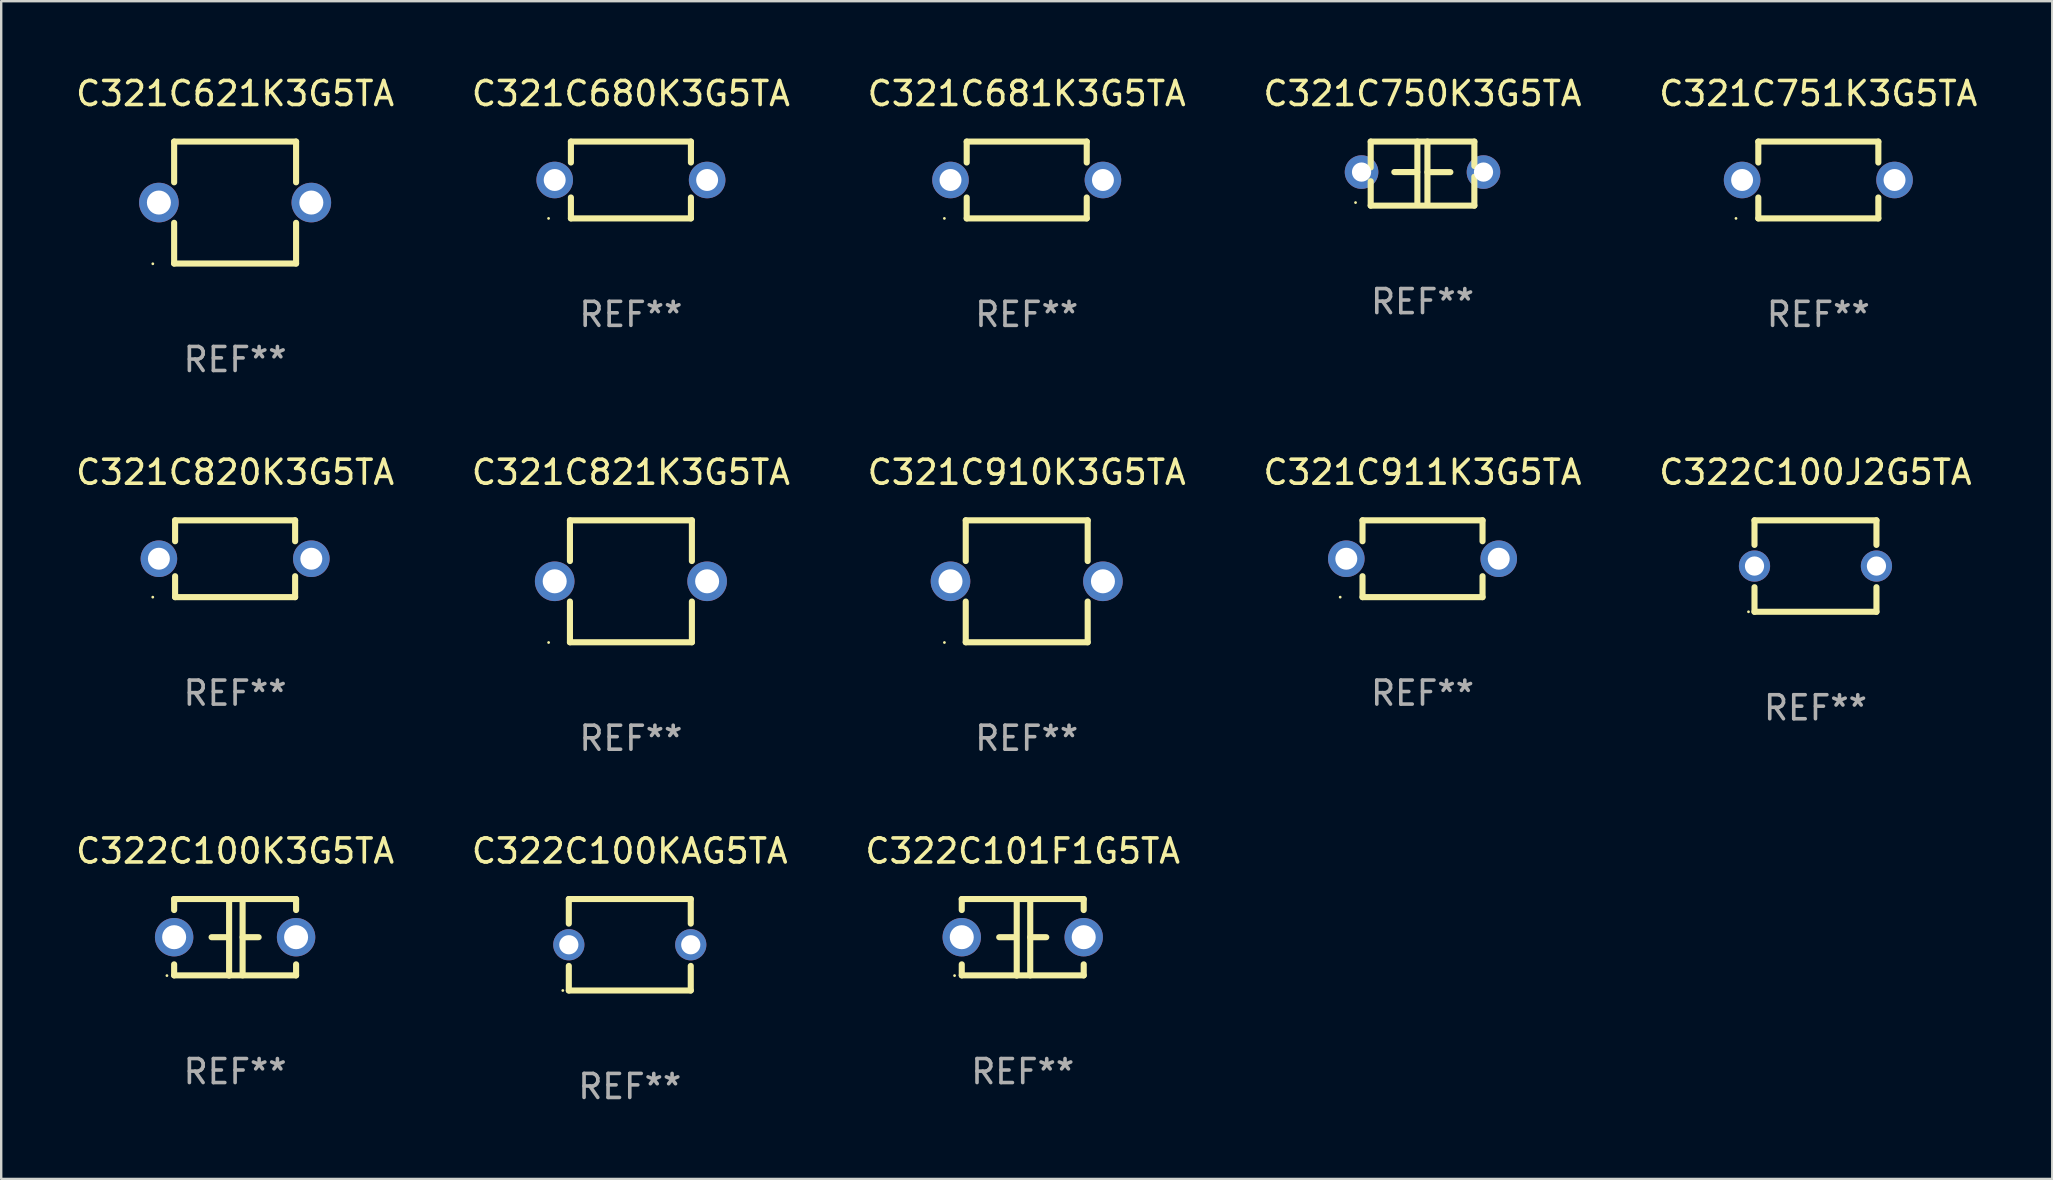
<source format=kicad_pcb>
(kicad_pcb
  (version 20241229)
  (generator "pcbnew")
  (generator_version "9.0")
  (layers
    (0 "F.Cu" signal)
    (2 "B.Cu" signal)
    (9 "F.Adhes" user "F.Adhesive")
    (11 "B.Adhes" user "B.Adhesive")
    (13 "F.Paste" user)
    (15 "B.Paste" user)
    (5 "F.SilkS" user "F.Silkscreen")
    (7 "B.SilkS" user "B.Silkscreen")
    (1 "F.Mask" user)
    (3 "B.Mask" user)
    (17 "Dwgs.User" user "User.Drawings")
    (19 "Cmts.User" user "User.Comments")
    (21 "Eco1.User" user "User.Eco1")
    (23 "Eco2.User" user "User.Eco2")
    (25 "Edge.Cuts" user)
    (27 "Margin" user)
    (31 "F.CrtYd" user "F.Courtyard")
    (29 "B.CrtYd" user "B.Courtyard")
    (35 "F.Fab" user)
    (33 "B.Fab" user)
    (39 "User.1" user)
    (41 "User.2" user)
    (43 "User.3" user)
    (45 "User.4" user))
  (footprint "C322C101F1G5TA"
    (layer "F.Cu")
    (at 39.554 35.996)
    (property "Reference" "C322C101F1G5TA" (at 0 -3.595 0) (layer "F.SilkS") (effects (font (size 1 1) (thickness 0.15))))
    (attr through_hole)
    (fp_line (start -2.54 -1.595) (end -2.54 -1.136) (stroke (width 0.254) (type solid)) (layer "F.SilkS"))
    (fp_line (start -2.54 -1.595) (end 2.54 -1.595) (stroke (width 0.254) (type solid)) (layer "F.SilkS"))
    (fp_line (start -2.54 1.126) (end -2.54 1.585) (stroke (width 0.254) (type solid)) (layer "F.SilkS"))
    (fp_line (start -0.312 -0.005) (end -0.98 -0.005) (stroke (width 0.254) (type solid)) (layer "F.SilkS"))
    (fp_line (start -0.25 -1.585) (end -0.25 1.595) (stroke (width 0.254) (type solid)) (layer "F.SilkS"))
    (fp_line (start 0.312 -1.595) (end 0.312 1.585) (stroke (width 0.254) (type solid)) (layer "F.SilkS"))
    (fp_line (start 0.312 -0.005) (end 0.98 -0.005) (stroke (width 0.254) (type solid)) (layer "F.SilkS"))
    (fp_line (start 2.54 -1.595) (end 2.54 -1.136) (stroke (width 0.254) (type solid)) (layer "F.SilkS"))
    (fp_line (start 2.54 1.126) (end 2.54 1.585) (stroke (width 0.254) (type solid)) (layer "F.SilkS"))
    (fp_line (start 2.54 1.585) (end -2.54 1.585) (stroke (width 0.254) (type solid)) (layer "F.SilkS"))
    (fp_circle (center -2.84 1.595) (end -2.81 1.595) (stroke (width 0.06) (type solid)) (fill no) (layer "F.SilkS"))
    (fp_text user "REF**" (at 0 5.595 0) (layer "F.Fab") (effects (font (size 1 1) (thickness 0.15))))
    (pad "1" thru_hole circle (at -2.54 -0.005) (size 1.6 1.6) (drill 1) (layers "*.Cu" "*.Mask"))
    (pad "2" thru_hole circle (at 2.54 -0.005) (size 1.6 1.6) (drill 1) (layers "*.Cu" "*.Mask")))
  (footprint "C322C100K3G5TA"
    (layer "F.Cu")
    (at 6.744 35.996)
    (property "Reference" "C322C100K3G5TA" (at 0 -3.595 0) (layer "F.SilkS") (effects (font (size 1 1) (thickness 0.15))))
    (attr through_hole)
    (fp_line (start -2.54 -1.595) (end -2.54 -1.136) (stroke (width 0.254) (type solid)) (layer "F.SilkS"))
    (fp_line (start -2.54 -1.595) (end 2.54 -1.595) (stroke (width 0.254) (type solid)) (layer "F.SilkS"))
    (fp_line (start -2.54 1.126) (end -2.54 1.585) (stroke (width 0.254) (type solid)) (layer "F.SilkS"))
    (fp_line (start -0.312 -0.005) (end -0.98 -0.005) (stroke (width 0.254) (type solid)) (layer "F.SilkS"))
    (fp_line (start -0.25 -1.585) (end -0.25 1.595) (stroke (width 0.254) (type solid)) (layer "F.SilkS"))
    (fp_line (start 0.312 -1.595) (end 0.312 1.585) (stroke (width 0.254) (type solid)) (layer "F.SilkS"))
    (fp_line (start 0.312 -0.005) (end 0.98 -0.005) (stroke (width 0.254) (type solid)) (layer "F.SilkS"))
    (fp_line (start 2.54 -1.595) (end 2.54 -1.136) (stroke (width 0.254) (type solid)) (layer "F.SilkS"))
    (fp_line (start 2.54 1.126) (end 2.54 1.585) (stroke (width 0.254) (type solid)) (layer "F.SilkS"))
    (fp_line (start 2.54 1.585) (end -2.54 1.585) (stroke (width 0.254) (type solid)) (layer "F.SilkS"))
    (fp_circle (center -2.84 1.595) (end -2.81 1.595) (stroke (width 0.06) (type solid)) (fill no) (layer "F.SilkS"))
    (fp_text user "REF**" (at 0 5.595 0) (layer "F.Fab") (effects (font (size 1 1) (thickness 0.15))))
    (pad "1" thru_hole circle (at -2.54 -0.005) (size 1.6 1.6) (drill 1) (layers "*.Cu" "*.Mask"))
    (pad "2" thru_hole circle (at 2.54 -0.005) (size 1.6 1.6) (drill 1) (layers "*.Cu" "*.Mask")))
  (footprint "C321C821K3G5TA"
    (layer "F.Cu")
    (at 23.232 21.165)
    (property "Reference" "C321C821K3G5TA" (at 0 -4.54 0) (layer "F.SilkS") (effects (font (size 1 1) (thickness 0.15))))
    (attr through_hole)
    (fp_line (start -2.54 -2.54) (end -2.54 -0.843) (stroke (width 0.254) (type solid)) (layer "F.SilkS"))
    (fp_line (start -2.54 0.843) (end -2.54 2.54) (stroke (width 0.254) (type solid)) (layer "F.SilkS"))
    (fp_line (start -2.54 2.54) (end 2.54 2.54) (stroke (width 0.254) (type solid)) (layer "F.SilkS"))
    (fp_line (start 2.54 -2.54) (end -2.54 -2.54) (stroke (width 0.254) (type solid)) (layer "F.SilkS"))
    (fp_line (start 2.54 -0.843) (end 2.54 -2.54) (stroke (width 0.254) (type solid)) (layer "F.SilkS"))
    (fp_line (start 2.54 2.54) (end 2.54 0.843) (stroke (width 0.254) (type solid)) (layer "F.SilkS"))
    (fp_circle (center -3.428 2.55) (end -3.398 2.55) (stroke (width 0.06) (type solid)) (fill no) (layer "F.SilkS"))
    (fp_text user "REF**" (at 0 6.54 0) (layer "F.Fab") (effects (font (size 1 1) (thickness 0.15))))
    (pad "1" thru_hole circle (at -3.175 0) (size 1.65 1.65) (drill 1) (layers "*.Cu" "*.Mask"))
    (pad "2" thru_hole circle (at 3.175 0) (size 1.65 1.65) (drill 1) (layers "*.Cu" "*.Mask")))
  (footprint "C321C751K3G5TA"
    (layer "F.Cu")
    (at 72.696 4.448)
    (property "Reference" "C321C751K3G5TA" (at 0 -3.6 0) (layer "F.SilkS") (effects (font (size 1 1) (thickness 0.15))))
    (attr through_hole)
    (fp_line (start -2.5 -1.6) (end 2.5 -1.6) (stroke (width 0.254) (type solid)) (layer "F.SilkS"))
    (fp_line (start -2.5 -0.728) (end -2.5 -1.6) (stroke (width 0.254) (type solid)) (layer "F.SilkS"))
    (fp_line (start -2.5 1.6) (end -2.5 0.728) (stroke (width 0.254) (type solid)) (layer "F.SilkS"))
    (fp_line (start 2.5 -1.6) (end 2.5 -0.728) (stroke (width 0.254) (type solid)) (layer "F.SilkS"))
    (fp_line (start 2.5 0.728) (end 2.5 1.6) (stroke (width 0.254) (type solid)) (layer "F.SilkS"))
    (fp_line (start 2.5 1.6) (end -2.5 1.6) (stroke (width 0.254) (type solid)) (layer "F.SilkS"))
    (fp_circle (center -3.43 1.6) (end -3.4 1.6) (stroke (width 0.06) (type solid)) (fill no) (layer "F.SilkS"))
    (fp_text user "REF**" (at 0 5.6 0) (layer "F.Fab") (effects (font (size 1 1) (thickness 0.15))))
    (pad "1" thru_hole circle (at -3.175 0) (size 1.524 1.524) (drill 0.914) (layers "*.Cu" "*.Mask"))
    (pad "2" thru_hole circle (at 3.175 0) (size 1.524 1.524) (drill 0.914) (layers "*.Cu" "*.Mask")))
  (footprint "C321C820K3G5TA"
    (layer "F.Cu")
    (at 6.744 20.225)
    (property "Reference" "C321C820K3G5TA" (at 0 -3.6 0) (layer "F.SilkS") (effects (font (size 1 1) (thickness 0.15))))
    (attr through_hole)
    (fp_line (start -2.5 -1.6) (end 2.5 -1.6) (stroke (width 0.254) (type solid)) (layer "F.SilkS"))
    (fp_line (start -2.5 -0.728) (end -2.5 -1.6) (stroke (width 0.254) (type solid)) (layer "F.SilkS"))
    (fp_line (start -2.5 1.6) (end -2.5 0.728) (stroke (width 0.254) (type solid)) (layer "F.SilkS"))
    (fp_line (start 2.5 -1.6) (end 2.5 -0.728) (stroke (width 0.254) (type solid)) (layer "F.SilkS"))
    (fp_line (start 2.5 0.728) (end 2.5 1.6) (stroke (width 0.254) (type solid)) (layer "F.SilkS"))
    (fp_line (start 2.5 1.6) (end -2.5 1.6) (stroke (width 0.254) (type solid)) (layer "F.SilkS"))
    (fp_circle (center -3.43 1.6) (end -3.4 1.6) (stroke (width 0.06) (type solid)) (fill no) (layer "F.SilkS"))
    (fp_text user "REF**" (at 0 5.6 0) (layer "F.Fab") (effects (font (size 1 1) (thickness 0.15))))
    (pad "1" thru_hole circle (at -3.175 0) (size 1.524 1.524) (drill 0.914) (layers "*.Cu" "*.Mask"))
    (pad "2" thru_hole circle (at 3.175 0) (size 1.524 1.524) (drill 0.914) (layers "*.Cu" "*.Mask")))
  (footprint "C321C910K3G5TA"
    (layer "F.Cu")
    (at 39.72 21.165)
    (property "Reference" "C321C910K3G5TA" (at 0 -4.54 0) (layer "F.SilkS") (effects (font (size 1 1) (thickness 0.15))))
    (attr through_hole)
    (fp_line (start -2.54 -2.54) (end -2.54 -0.843) (stroke (width 0.254) (type solid)) (layer "F.SilkS"))
    (fp_line (start -2.54 0.843) (end -2.54 2.54) (stroke (width 0.254) (type solid)) (layer "F.SilkS"))
    (fp_line (start -2.54 2.54) (end 2.54 2.54) (stroke (width 0.254) (type solid)) (layer "F.SilkS"))
    (fp_line (start 2.54 -2.54) (end -2.54 -2.54) (stroke (width 0.254) (type solid)) (layer "F.SilkS"))
    (fp_line (start 2.54 -0.843) (end 2.54 -2.54) (stroke (width 0.254) (type solid)) (layer "F.SilkS"))
    (fp_line (start 2.54 2.54) (end 2.54 0.843) (stroke (width 0.254) (type solid)) (layer "F.SilkS"))
    (fp_circle (center -3.428 2.55) (end -3.398 2.55) (stroke (width 0.06) (type solid)) (fill no) (layer "F.SilkS"))
    (fp_text user "REF**" (at 0 6.54 0) (layer "F.Fab") (effects (font (size 1 1) (thickness 0.15))))
    (pad "1" thru_hole circle (at -3.175 0) (size 1.65 1.65) (drill 1) (layers "*.Cu" "*.Mask"))
    (pad "2" thru_hole circle (at 3.175 0) (size 1.65 1.65) (drill 1) (layers "*.Cu" "*.Mask")))
  (footprint "C322C100J2G5TA"
    (layer "F.Cu")
    (at 72.577 20.53)
    (property "Reference" "C322C100J2G5TA" (at 0 -3.905 0) (layer "F.SilkS") (effects (font (size 1 1) (thickness 0.15))))
    (attr through_hole)
    (fp_line (start -2.54 -1.905) (end -2.54 -0.881) (stroke (width 0.254) (type solid)) (layer "F.SilkS"))
    (fp_line (start -2.54 0.881) (end -2.54 1.905) (stroke (width 0.254) (type solid)) (layer "F.SilkS"))
    (fp_line (start -2.54 1.905) (end 2.54 1.905) (stroke (width 0.254) (type solid)) (layer "F.SilkS"))
    (fp_line (start 2.54 -1.905) (end -2.54 -1.905) (stroke (width 0.254) (type solid)) (layer "F.SilkS"))
    (fp_line (start 2.54 -0.881) (end 2.54 -1.905) (stroke (width 0.254) (type solid)) (layer "F.SilkS"))
    (fp_line (start 2.54 1.905) (end 2.54 0.881) (stroke (width 0.254) (type solid)) (layer "F.SilkS"))
    (fp_circle (center -2.79 1.905) (end -2.76 1.905) (stroke (width 0.06) (type solid)) (fill no) (layer "F.SilkS"))
    (fp_text user "REF**" (at 0 5.905 0) (layer "F.Fab") (effects (font (size 1 1) (thickness 0.15))))
    (pad "1" thru_hole circle (at -2.54 0) (size 1.3 1.3) (drill 0.8) (layers "*.Cu" "*.Mask"))
    (pad "2" thru_hole circle (at 2.54 0) (size 1.3 1.3) (drill 0.8) (layers "*.Cu" "*.Mask")))
  (footprint "C322C100KAG5TA"
    (layer "F.Cu")
    (at 23.185 36.306)
    (property "Reference" "C322C100KAG5TA" (at 0 -3.905 0) (layer "F.SilkS") (effects (font (size 1 1) (thickness 0.15))))
    (attr through_hole)
    (fp_line (start -2.54 -1.905) (end -2.54 -0.881) (stroke (width 0.254) (type solid)) (layer "F.SilkS"))
    (fp_line (start -2.54 0.881) (end -2.54 1.905) (stroke (width 0.254) (type solid)) (layer "F.SilkS"))
    (fp_line (start -2.54 1.905) (end 2.54 1.905) (stroke (width 0.254) (type solid)) (layer "F.SilkS"))
    (fp_line (start 2.54 -1.905) (end -2.54 -1.905) (stroke (width 0.254) (type solid)) (layer "F.SilkS"))
    (fp_line (start 2.54 -0.881) (end 2.54 -1.905) (stroke (width 0.254) (type solid)) (layer "F.SilkS"))
    (fp_line (start 2.54 1.905) (end 2.54 0.881) (stroke (width 0.254) (type solid)) (layer "F.SilkS"))
    (fp_circle (center -2.79 1.905) (end -2.76 1.905) (stroke (width 0.06) (type solid)) (fill no) (layer "F.SilkS"))
    (fp_text user "REF**" (at 0 5.905 0) (layer "F.Fab") (effects (font (size 1 1) (thickness 0.15))))
    (pad "1" thru_hole circle (at -2.54 0) (size 1.3 1.3) (drill 0.8) (layers "*.Cu" "*.Mask"))
    (pad "2" thru_hole circle (at 2.54 0) (size 1.3 1.3) (drill 0.8) (layers "*.Cu" "*.Mask")))
  (footprint "C321C681K3G5TA"
    (layer "F.Cu")
    (at 39.72 4.448)
    (property "Reference" "C321C681K3G5TA" (at 0 -3.6 0) (layer "F.SilkS") (effects (font (size 1 1) (thickness 0.15))))
    (attr through_hole)
    (fp_line (start -2.5 -1.6) (end 2.5 -1.6) (stroke (width 0.254) (type solid)) (layer "F.SilkS"))
    (fp_line (start -2.5 -0.728) (end -2.5 -1.6) (stroke (width 0.254) (type solid)) (layer "F.SilkS"))
    (fp_line (start -2.5 1.6) (end -2.5 0.728) (stroke (width 0.254) (type solid)) (layer "F.SilkS"))
    (fp_line (start 2.5 -1.6) (end 2.5 -0.728) (stroke (width 0.254) (type solid)) (layer "F.SilkS"))
    (fp_line (start 2.5 0.728) (end 2.5 1.6) (stroke (width 0.254) (type solid)) (layer "F.SilkS"))
    (fp_line (start 2.5 1.6) (end -2.5 1.6) (stroke (width 0.254) (type solid)) (layer "F.SilkS"))
    (fp_circle (center -3.43 1.6) (end -3.4 1.6) (stroke (width 0.06) (type solid)) (fill no) (layer "F.SilkS"))
    (fp_text user "REF**" (at 0 5.6 0) (layer "F.Fab") (effects (font (size 1 1) (thickness 0.15))))
    (pad "1" thru_hole circle (at -3.175 0) (size 1.524 1.524) (drill 0.914) (layers "*.Cu" "*.Mask"))
    (pad "2" thru_hole circle (at 3.175 0) (size 1.524 1.524) (drill 0.914) (layers "*.Cu" "*.Mask")))
  (footprint "C321C680K3G5TA"
    (layer "F.Cu")
    (at 23.232 4.448)
    (property "Reference" "C321C680K3G5TA" (at 0 -3.6 0) (layer "F.SilkS") (effects (font (size 1 1) (thickness 0.15))))
    (attr through_hole)
    (fp_line (start -2.5 -1.6) (end 2.5 -1.6) (stroke (width 0.254) (type solid)) (layer "F.SilkS"))
    (fp_line (start -2.5 -0.728) (end -2.5 -1.6) (stroke (width 0.254) (type solid)) (layer "F.SilkS"))
    (fp_line (start -2.5 1.6) (end -2.5 0.728) (stroke (width 0.254) (type solid)) (layer "F.SilkS"))
    (fp_line (start 2.5 -1.6) (end 2.5 -0.728) (stroke (width 0.254) (type solid)) (layer "F.SilkS"))
    (fp_line (start 2.5 0.728) (end 2.5 1.6) (stroke (width 0.254) (type solid)) (layer "F.SilkS"))
    (fp_line (start 2.5 1.6) (end -2.5 1.6) (stroke (width 0.254) (type solid)) (layer "F.SilkS"))
    (fp_circle (center -3.43 1.6) (end -3.4 1.6) (stroke (width 0.06) (type solid)) (fill no) (layer "F.SilkS"))
    (fp_text user "REF**" (at 0 5.6 0) (layer "F.Fab") (effects (font (size 1 1) (thickness 0.15))))
    (pad "1" thru_hole circle (at -3.175 0) (size 1.524 1.524) (drill 0.914) (layers "*.Cu" "*.Mask"))
    (pad "2" thru_hole circle (at 3.175 0) (size 1.524 1.524) (drill 0.914) (layers "*.Cu" "*.Mask")))
  (footprint "C321C750K3G5TA"
    (layer "F.Cu")
    (at 56.208 4.182)
    (property "Reference" "C321C750K3G5TA" (at 0 -3.334 0) (layer "F.SilkS") (effects (font (size 1 1) (thickness 0.15))))
    (attr through_hole)
    (fp_line (start -2.159 -1.334) (end 2.159 -1.334) (stroke (width 0.254) (type solid)) (layer "F.SilkS"))
    (fp_line (start -2.159 -0.256) (end -2.159 -1.334) (stroke (width 0.254) (type solid)) (layer "F.SilkS"))
    (fp_line (start -2.159 1.334) (end -2.159 0.318) (stroke (width 0.254) (type solid)) (layer "F.SilkS"))
    (fp_line (start -0.22 -0.064) (end -1.175 -0.064) (stroke (width 0.254) (type solid)) (layer "F.SilkS"))
    (fp_line (start -0.214 -1.334) (end -0.214 1.207) (stroke (width 0.254) (type solid)) (layer "F.SilkS"))
    (fp_line (start 0.205 -1.334) (end 0.205 1.207) (stroke (width 0.254) (type solid)) (layer "F.SilkS"))
    (fp_line (start 0.205 -0.061) (end 1.16 -0.061) (stroke (width 0.254) (type solid)) (layer "F.SilkS"))
    (fp_line (start 2.159 -1.334) (end 2.159 -0.318) (stroke (width 0.254) (type solid)) (layer "F.SilkS"))
    (fp_line (start 2.159 0.129) (end 2.159 1.334) (stroke (width 0.254) (type solid)) (layer "F.SilkS"))
    (fp_line (start 2.159 1.334) (end -2.159 1.334) (stroke (width 0.254) (type solid)) (layer "F.SilkS"))
    (fp_circle (center -2.79 1.207) (end -2.76 1.207) (stroke (width 0.06) (type solid)) (fill no) (layer "F.SilkS"))
    (fp_text user "REF**" (at 0 5.334 0) (layer "F.Fab") (effects (font (size 1 1) (thickness 0.15))))
    (pad "1" thru_hole circle (at -2.54 -0.064) (size 1.4 1.4) (drill 0.8) (layers "*.Cu" "*.Mask"))
    (pad "2" thru_hole circle (at 2.54 -0.064) (size 1.4 1.4) (drill 0.8) (layers "*.Cu" "*.Mask")))
  (footprint "C321C911K3G5TA"
    (layer "F.Cu")
    (at 56.208 20.225)
    (property "Reference" "C321C911K3G5TA" (at 0 -3.6 0) (layer "F.SilkS") (effects (font (size 1 1) (thickness 0.15))))
    (attr through_hole)
    (fp_line (start -2.5 -1.6) (end 2.5 -1.6) (stroke (width 0.254) (type solid)) (layer "F.SilkS"))
    (fp_line (start -2.5 -0.728) (end -2.5 -1.6) (stroke (width 0.254) (type solid)) (layer "F.SilkS"))
    (fp_line (start -2.5 1.6) (end -2.5 0.728) (stroke (width 0.254) (type solid)) (layer "F.SilkS"))
    (fp_line (start 2.5 -1.6) (end 2.5 -0.728) (stroke (width 0.254) (type solid)) (layer "F.SilkS"))
    (fp_line (start 2.5 0.728) (end 2.5 1.6) (stroke (width 0.254) (type solid)) (layer "F.SilkS"))
    (fp_line (start 2.5 1.6) (end -2.5 1.6) (stroke (width 0.254) (type solid)) (layer "F.SilkS"))
    (fp_circle (center -3.43 1.6) (end -3.4 1.6) (stroke (width 0.06) (type solid)) (fill no) (layer "F.SilkS"))
    (fp_text user "REF**" (at 0 5.6 0) (layer "F.Fab") (effects (font (size 1 1) (thickness 0.15))))
    (pad "1" thru_hole circle (at -3.175 0) (size 1.524 1.524) (drill 0.914) (layers "*.Cu" "*.Mask"))
    (pad "2" thru_hole circle (at 3.175 0) (size 1.524 1.524) (drill 0.914) (layers "*.Cu" "*.Mask")))
  (footprint "C321C621K3G5TA"
    (layer "F.Cu")
    (at 6.744 5.388)
    (property "Reference" "C321C621K3G5TA" (at 0 -4.54 0) (layer "F.SilkS") (effects (font (size 1 1) (thickness 0.15))))
    (attr through_hole)
    (fp_line (start -2.54 -2.54) (end -2.54 -0.843) (stroke (width 0.254) (type solid)) (layer "F.SilkS"))
    (fp_line (start -2.54 0.843) (end -2.54 2.54) (stroke (width 0.254) (type solid)) (layer "F.SilkS"))
    (fp_line (start -2.54 2.54) (end 2.54 2.54) (stroke (width 0.254) (type solid)) (layer "F.SilkS"))
    (fp_line (start 2.54 -2.54) (end -2.54 -2.54) (stroke (width 0.254) (type solid)) (layer "F.SilkS"))
    (fp_line (start 2.54 -0.843) (end 2.54 -2.54) (stroke (width 0.254) (type solid)) (layer "F.SilkS"))
    (fp_line (start 2.54 2.54) (end 2.54 0.843) (stroke (width 0.254) (type solid)) (layer "F.SilkS"))
    (fp_circle (center -3.428 2.55) (end -3.398 2.55) (stroke (width 0.06) (type solid)) (fill no) (layer "F.SilkS"))
    (fp_text user "REF**" (at 0 6.54 0) (layer "F.Fab") (effects (font (size 1 1) (thickness 0.15))))
    (pad "1" thru_hole circle (at -3.175 0) (size 1.65 1.65) (drill 1) (layers "*.Cu" "*.Mask"))
    (pad "2" thru_hole circle (at 3.175 0) (size 1.65 1.65) (drill 1) (layers "*.Cu" "*.Mask")))
  (gr_rect
    (start -3 -3)
    (end 82.44 46.06)
    (stroke (width 0.1) (type default))
    (fill no)
    (layer "Edge.Cuts")))
</source>
